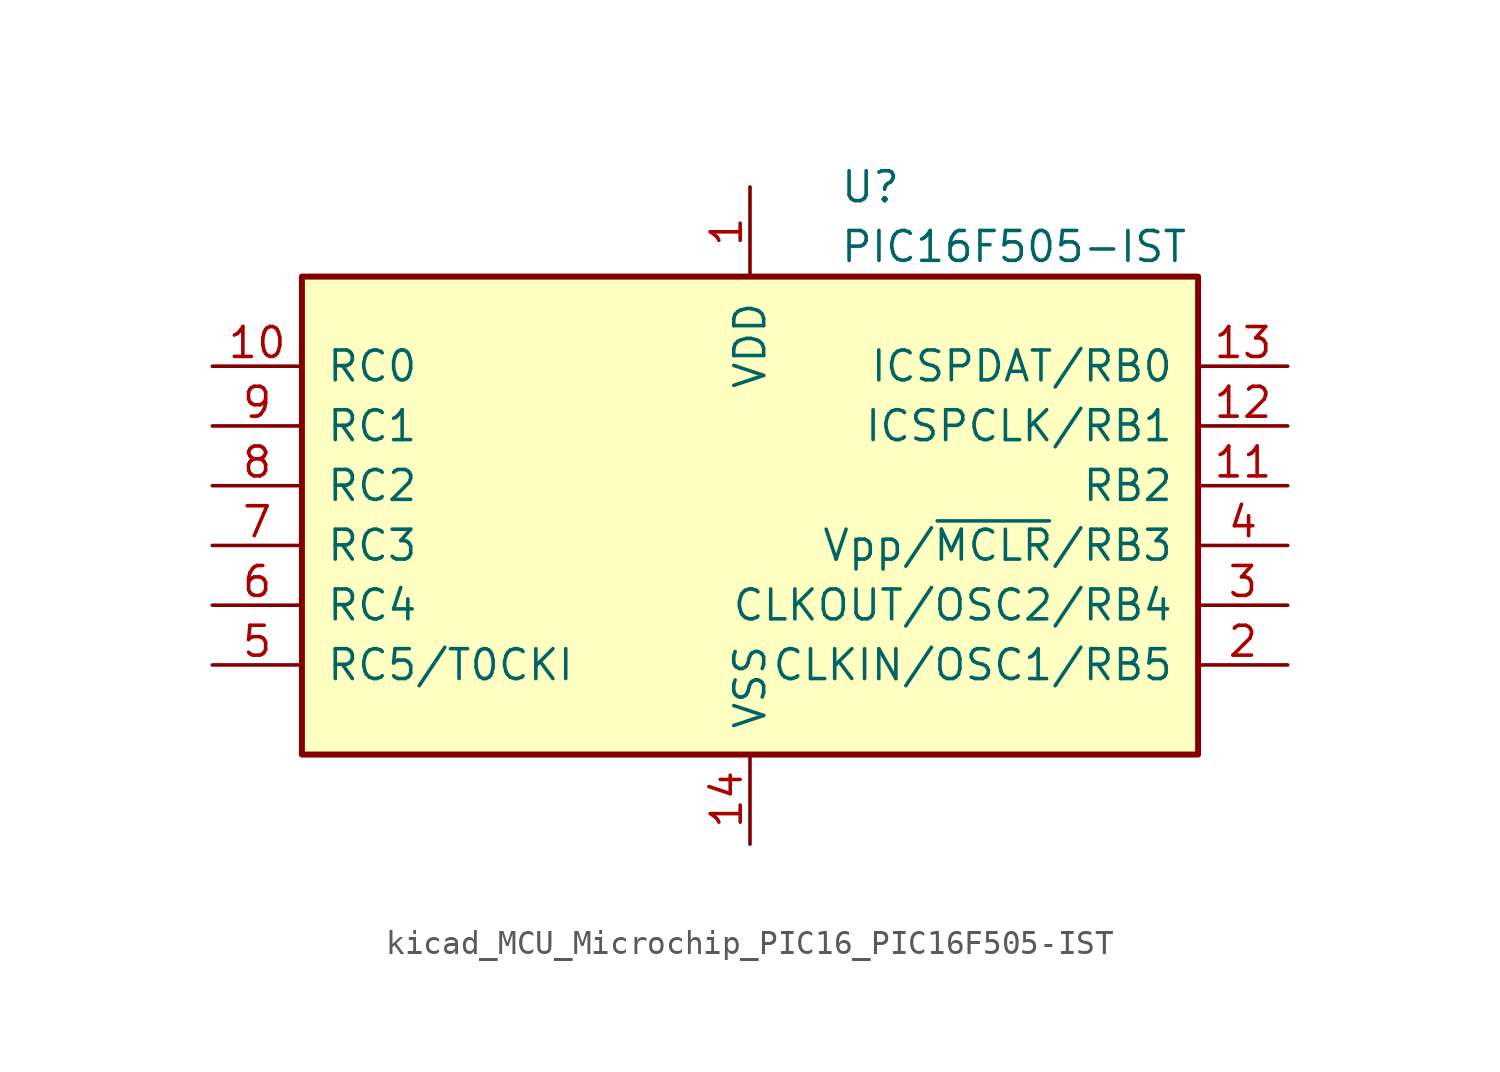
<source format=kicad_sym>
(kicad_symbol_lib
  (version 20220914)
  (generator kicad_symbol_editor)
  (symbol "kicad_MCU_Microchip_PIC16_PIC16F505-IST"
    (pin_names
      (offset 1.016))
    (property "Reference" "U"
      (at 3.81 12.7 0)
      (effects (font (size 1.27 1.27)) (justify left)))
    (property "Value" "PIC16F505-IST"
      (at 3.81 10.16 0)
      (effects (font (size 1.27 1.27)) (justify left)))
    (symbol "kicad_MCU_Microchip_PIC16_PIC16F505-IST_0_1"
      (rectangle (start -19.05 8.89) (end 19.05 -11.43) (stroke (width 0.254) (type default)) (fill (type background))))
    (symbol "kicad_MCU_Microchip_PIC16_PIC16F505-IST_1_1"
      (pin power_in line (at 0 12.7 270) (length 3.81) (name "VDD" (effects (font (size 1.27 1.27)))) (number "1" (effects (font (size 1.27 1.27)))))
      (pin bidirectional line (at -22.86 5.08 0) (length 3.81) (name "RC0" (effects (font (size 1.27 1.27)))) (number "10" (effects (font (size 1.27 1.27)))))
      (pin bidirectional line (at 22.86 0 180) (length 3.81) (name "RB2" (effects (font (size 1.27 1.27)))) (number "11" (effects (font (size 1.27 1.27)))))
      (pin bidirectional line (at 22.86 2.54 180) (length 3.81) (name "ICSPCLK/RB1" (effects (font (size 1.27 1.27)))) (number "12" (effects (font (size 1.27 1.27)))))
      (pin bidirectional line (at 22.86 5.08 180) (length 3.81) (name "ICSPDAT/RB0" (effects (font (size 1.27 1.27)))) (number "13" (effects (font (size 1.27 1.27)))))
      (pin power_in line (at 0 -15.24 90) (length 3.81) (name "VSS" (effects (font (size 1.27 1.27)))) (number "14" (effects (font (size 1.27 1.27)))))
      (pin bidirectional line (at 22.86 -7.62 180) (length 3.81) (name "CLKIN/OSC1/RB5" (effects (font (size 1.27 1.27)))) (number "2" (effects (font (size 1.27 1.27)))))
      (pin bidirectional line (at 22.86 -5.08 180) (length 3.81) (name "CLKOUT/OSC2/RB4" (effects (font (size 1.27 1.27)))) (number "3" (effects (font (size 1.27 1.27)))))
      (pin input line (at 22.86 -2.54 180) (length 3.81) (name "Vpp/~{MCLR}/RB3" (effects (font (size 1.27 1.27)))) (number "4" (effects (font (size 1.27 1.27)))))
      (pin bidirectional line (at -22.86 -7.62 0) (length 3.81) (name "RC5/T0CKI" (effects (font (size 1.27 1.27)))) (number "5" (effects (font (size 1.27 1.27)))))
      (pin bidirectional line (at -22.86 -5.08 0) (length 3.81) (name "RC4" (effects (font (size 1.27 1.27)))) (number "6" (effects (font (size 1.27 1.27)))))
      (pin bidirectional line (at -22.86 -2.54 0) (length 3.81) (name "RC3" (effects (font (size 1.27 1.27)))) (number "7" (effects (font (size 1.27 1.27)))))
      (pin bidirectional line (at -22.86 0 0) (length 3.81) (name "RC2" (effects (font (size 1.27 1.27)))) (number "8" (effects (font (size 1.27 1.27)))))
      (pin bidirectional line (at -22.86 2.54 0) (length 3.81) (name "RC1" (effects (font (size 1.27 1.27)))) (number "9" (effects (font (size 1.27 1.27))))))))
</source>
